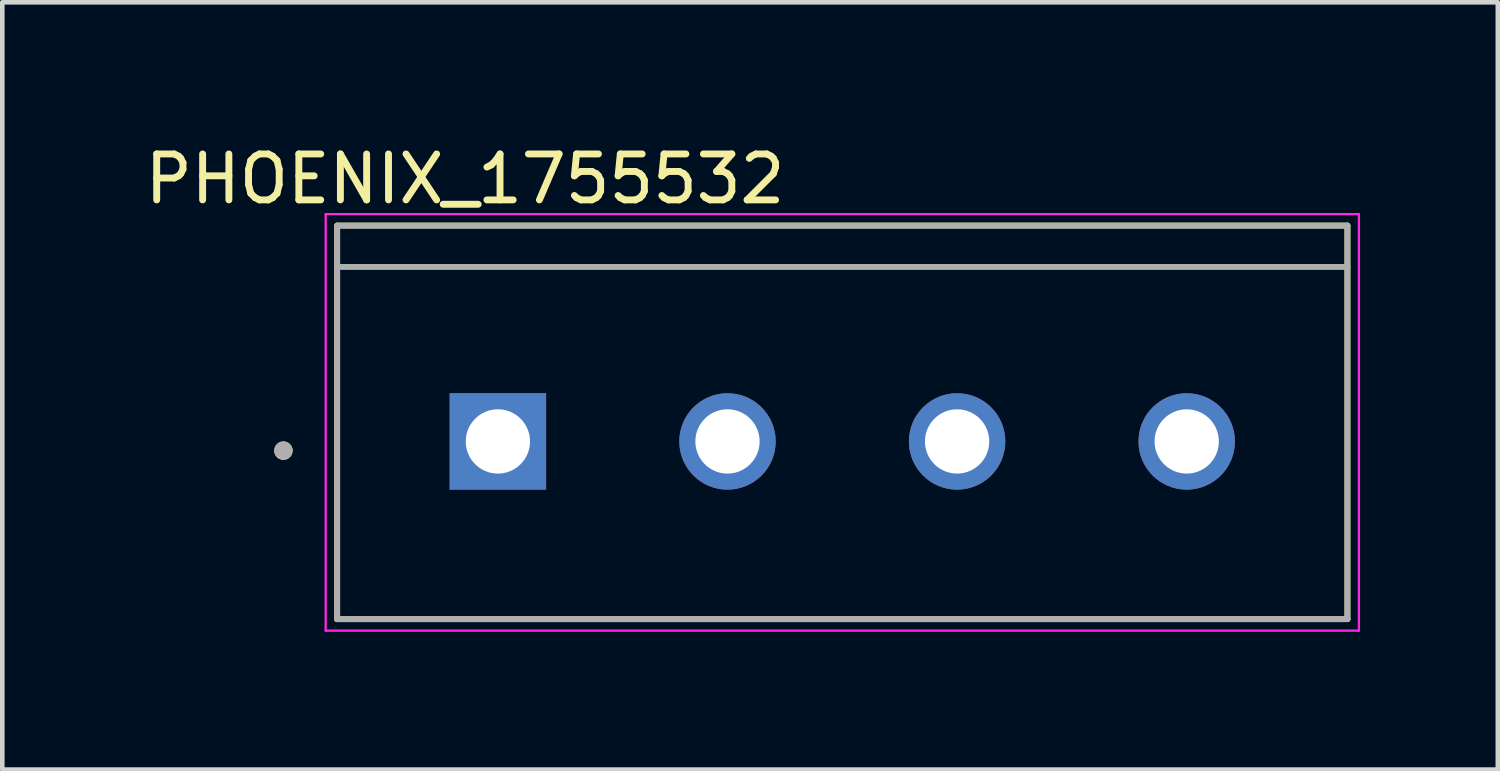
<source format=kicad_pcb>
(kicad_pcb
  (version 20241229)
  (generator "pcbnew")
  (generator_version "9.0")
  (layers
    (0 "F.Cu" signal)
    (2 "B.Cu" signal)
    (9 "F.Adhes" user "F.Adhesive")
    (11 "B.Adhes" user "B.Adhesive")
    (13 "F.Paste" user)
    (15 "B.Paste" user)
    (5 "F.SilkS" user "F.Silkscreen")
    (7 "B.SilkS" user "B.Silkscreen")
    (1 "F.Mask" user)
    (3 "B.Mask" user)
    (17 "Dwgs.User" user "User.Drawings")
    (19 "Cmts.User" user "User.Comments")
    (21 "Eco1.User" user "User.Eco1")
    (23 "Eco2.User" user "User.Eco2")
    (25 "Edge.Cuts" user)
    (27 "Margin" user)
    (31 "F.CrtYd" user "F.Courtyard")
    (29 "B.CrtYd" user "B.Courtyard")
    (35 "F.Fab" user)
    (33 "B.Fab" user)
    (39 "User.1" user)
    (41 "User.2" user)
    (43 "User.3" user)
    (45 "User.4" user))
  (footprint "PHOENIX_1755532"
    (layer "F.Cu")
    (at 15.292 6.563)
    (property "Reference" "PHOENIX_1755532" (at -8.215 -5.715 0) (layer "F.SilkS") (effects (font (size 1 1) (thickness 0.15))))
    (attr through_hole)
    (fp_line (start -11 -4.7) (end 11 -4.7) (stroke (width 0.127) (type solid)) (layer "F.SilkS"))
    (fp_line (start -11 3.87) (end -11 -4.7) (stroke (width 0.127) (type solid)) (layer "F.SilkS"))
    (fp_line (start 11 -4.7) (end 11 3.87) (stroke (width 0.127) (type solid)) (layer "F.SilkS"))
    (fp_line (start 11 3.87) (end -11 3.87) (stroke (width 0.127) (type solid)) (layer "F.SilkS"))
    (fp_circle (center -12.17 0.2) (end -12.07 0.2) (stroke (width 0.2) (type solid)) (fill no) (layer "F.SilkS"))
    (fp_line (start -11.25 -4.95) (end 11.25 -4.95) (stroke (width 0.05) (type solid)) (layer "F.CrtYd"))
    (fp_line (start -11.25 4.12) (end -11.25 -4.95) (stroke (width 0.05) (type solid)) (layer "F.CrtYd"))
    (fp_line (start 11.25 -4.95) (end 11.25 4.12) (stroke (width 0.05) (type solid)) (layer "F.CrtYd"))
    (fp_line (start 11.25 4.12) (end -11.25 4.12) (stroke (width 0.05) (type solid)) (layer "F.CrtYd"))
    (fp_line (start -11 -4.7) (end 11 -4.7) (stroke (width 0.127) (type solid)) (layer "F.Fab"))
    (fp_line (start -11 -3.8) (end -11 -4.7) (stroke (width 0.127) (type solid)) (layer "F.Fab"))
    (fp_line (start -11 -3.8) (end 11 -3.8) (stroke (width 0.127) (type solid)) (layer "F.Fab"))
    (fp_line (start -11 3.87) (end -11 -3.8) (stroke (width 0.127) (type solid)) (layer "F.Fab"))
    (fp_line (start 11 -4.7) (end 11 -3.8) (stroke (width 0.127) (type solid)) (layer "F.Fab"))
    (fp_line (start 11 -3.8) (end 11 3.87) (stroke (width 0.127) (type solid)) (layer "F.Fab"))
    (fp_line (start 11 3.87) (end -11 3.87) (stroke (width 0.127) (type solid)) (layer "F.Fab"))
    (fp_circle (center -12.17 0.2) (end -12.07 0.2) (stroke (width 0.2) (type solid)) (fill no) (layer "F.Fab"))
    (pad "1" thru_hole rect (at -7.5 0) (size 2.1 2.1) (drill 1.4) (layers "*.Cu" "*.Mask"))
    (pad "2" thru_hole circle (at -2.5 0) (size 2.1 2.1) (drill 1.4) (layers "*.Cu" "*.Mask"))
    (pad "3" thru_hole circle (at 2.5 0) (size 2.1 2.1) (drill 1.4) (layers "*.Cu" "*.Mask"))
    (pad "4" thru_hole circle (at 7.5 0) (size 2.1 2.1) (drill 1.4) (layers "*.Cu" "*.Mask")))
  (gr_rect
    (start -3 -3)
    (end 29.567 13.708)
    (stroke (width 0.1) (type default))
    (fill no)
    (layer "Edge.Cuts")))
</source>
